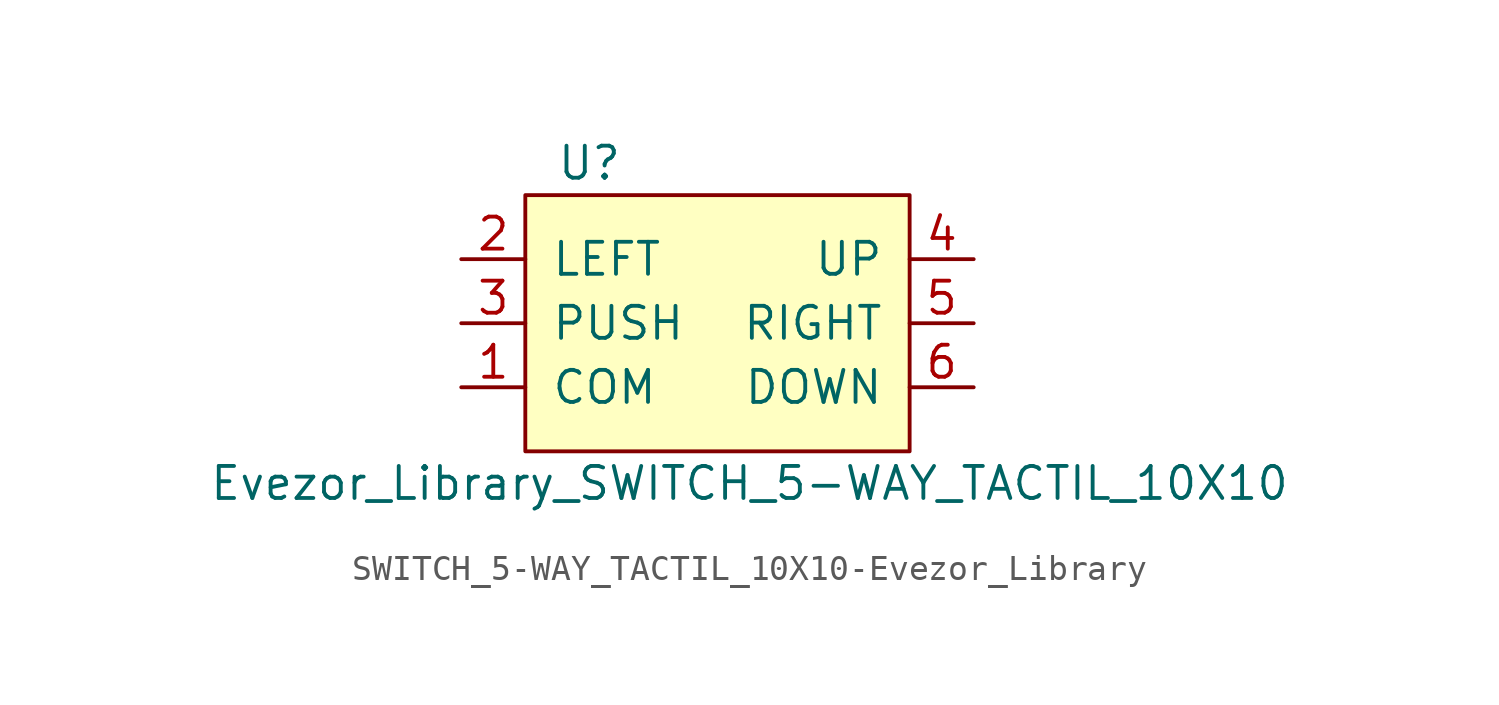
<source format=kicad_sym>
(kicad_symbol_lib
  (version 20220914)
  (generator kicad_symbol_editor)
  (symbol "SWITCH_5-WAY_TACTIL_10X10-Evezor_Library"
    (pin_names
      (offset 1.016))
    (property "Reference" "U"
      (at -5.08 6.35 0)
      (effects (font (size 1.27 1.27))))
    (property "Value" "Evezor_Library_SWITCH_5-WAY_TACTIL_10X10"
      (at 1.27 -6.35 0)
      (effects (font (size 1.27 1.27))))
    (symbol "SWITCH_5-WAY_TACTIL_10X10-Evezor_Library_0_1"
      (rectangle (start -7.62 5.08) (end 7.62 -5.08) (stroke (width 0) (type solid)) (fill (type background))))
    (symbol "SWITCH_5-WAY_TACTIL_10X10-Evezor_Library_1_1"
      (pin input line (at -10.16 -2.54 0) (length 2.54) (name "COM" (effects (font (size 1.27 1.27)))) (number "1" (effects (font (size 1.27 1.27)))))
      (pin input line (at -10.16 2.54 0) (length 2.54) (name "LEFT" (effects (font (size 1.27 1.27)))) (number "2" (effects (font (size 1.27 1.27)))))
      (pin input line (at -10.16 0 0) (length 2.54) (name "PUSH" (effects (font (size 1.27 1.27)))) (number "3" (effects (font (size 1.27 1.27)))))
      (pin input line (at 10.16 2.54 180) (length 2.54) (name "UP" (effects (font (size 1.27 1.27)))) (number "4" (effects (font (size 1.27 1.27)))))
      (pin input line (at 10.16 0 180) (length 2.54) (name "RIGHT" (effects (font (size 1.27 1.27)))) (number "5" (effects (font (size 1.27 1.27)))))
      (pin input line (at 10.16 -2.54 180) (length 2.54) (name "DOWN" (effects (font (size 1.27 1.27)))) (number "6" (effects (font (size 1.27 1.27))))))))
</source>
